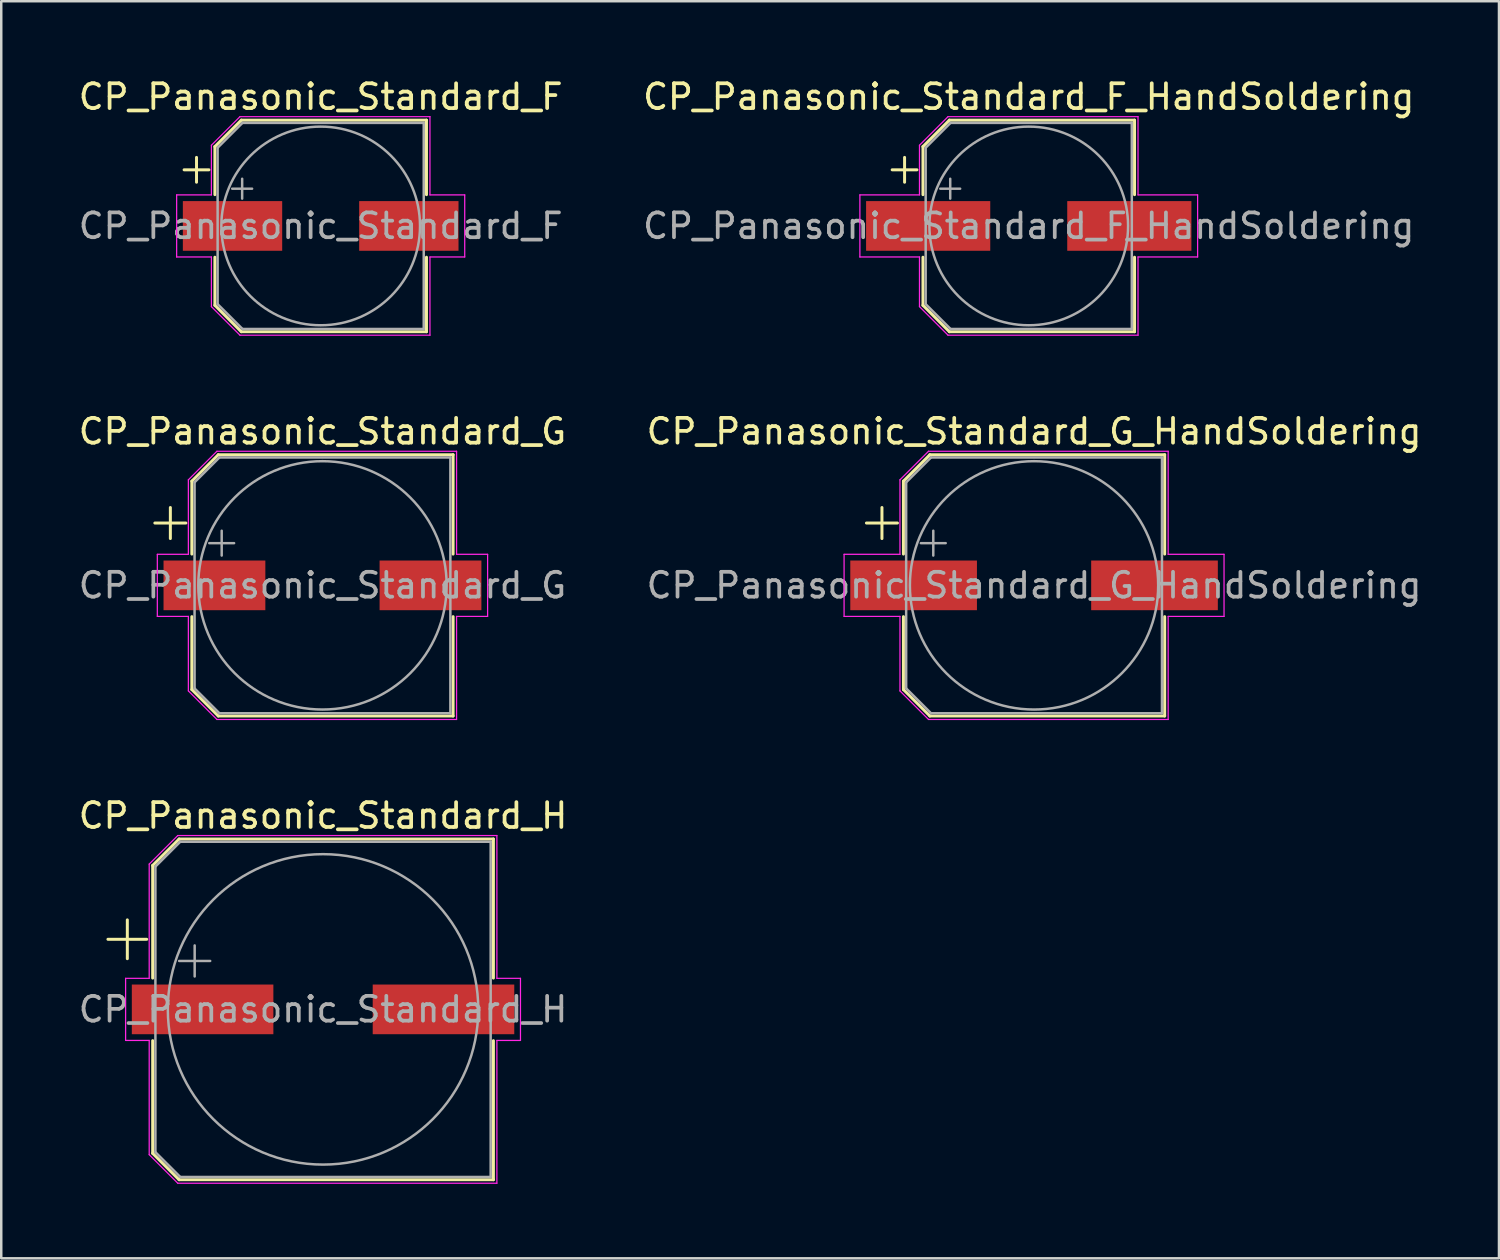
<source format=kicad_pcb>
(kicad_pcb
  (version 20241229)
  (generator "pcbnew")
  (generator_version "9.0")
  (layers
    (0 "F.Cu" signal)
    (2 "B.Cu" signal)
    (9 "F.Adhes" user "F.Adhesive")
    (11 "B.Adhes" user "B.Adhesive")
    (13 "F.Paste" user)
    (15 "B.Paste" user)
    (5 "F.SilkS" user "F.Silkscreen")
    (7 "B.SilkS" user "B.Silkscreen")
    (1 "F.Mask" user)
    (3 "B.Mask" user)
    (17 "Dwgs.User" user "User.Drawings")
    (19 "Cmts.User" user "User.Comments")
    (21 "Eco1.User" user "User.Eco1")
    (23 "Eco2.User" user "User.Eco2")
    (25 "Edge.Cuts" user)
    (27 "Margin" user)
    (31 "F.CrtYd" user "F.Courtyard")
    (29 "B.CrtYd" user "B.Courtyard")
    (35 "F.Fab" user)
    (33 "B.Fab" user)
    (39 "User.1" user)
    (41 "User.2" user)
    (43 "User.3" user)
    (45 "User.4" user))
  (footprint "CP_Panasonic_Standard_G"
    (layer "F.Cu")
    (at 9.935 20.521)
    (property "Reference" "CP_Panasonic_Standard_G" (at 0 -6.2 0) (layer "F.SilkS") (effects (font (size 1 1) (thickness 0.15))))
    (attr smd)
    (fp_line (start -6.75 -2.51) (end -5.5 -2.51) (stroke (width 0.12) (type solid)) (layer "F.SilkS"))
    (fp_line (start -6.125 -3.135) (end -6.125 -1.885) (stroke (width 0.12) (type solid)) (layer "F.SilkS"))
    (fp_line (start -5.26 -4.196) (end -5.26 -1.26) (stroke (width 0.12) (type solid)) (layer "F.SilkS"))
    (fp_line (start -5.26 -4.196) (end -4.196 -5.26) (stroke (width 0.12) (type solid)) (layer "F.SilkS"))
    (fp_line (start -5.26 4.196) (end -5.26 1.26) (stroke (width 0.12) (type solid)) (layer "F.SilkS"))
    (fp_line (start -5.26 4.196) (end -4.196 5.26) (stroke (width 0.12) (type solid)) (layer "F.SilkS"))
    (fp_line (start -4.196 -5.26) (end 5.26 -5.26) (stroke (width 0.12) (type solid)) (layer "F.SilkS"))
    (fp_line (start -4.196 5.26) (end 5.26 5.26) (stroke (width 0.12) (type solid)) (layer "F.SilkS"))
    (fp_line (start 5.26 -5.26) (end 5.26 -1.26) (stroke (width 0.12) (type solid)) (layer "F.SilkS"))
    (fp_line (start 5.26 5.26) (end 5.26 1.26) (stroke (width 0.12) (type solid)) (layer "F.SilkS"))
    (fp_line (start -6.65 -1.25) (end -6.65 1.25) (stroke (width 0.05) (type solid)) (layer "F.CrtYd"))
    (fp_line (start -6.65 1.25) (end -5.4 1.25) (stroke (width 0.05) (type solid)) (layer "F.CrtYd"))
    (fp_line (start -5.4 -4.25) (end -5.4 -1.25) (stroke (width 0.05) (type solid)) (layer "F.CrtYd"))
    (fp_line (start -5.4 -4.25) (end -4.25 -5.4) (stroke (width 0.05) (type solid)) (layer "F.CrtYd"))
    (fp_line (start -5.4 -1.25) (end -6.65 -1.25) (stroke (width 0.05) (type solid)) (layer "F.CrtYd"))
    (fp_line (start -5.4 1.25) (end -5.4 4.25) (stroke (width 0.05) (type solid)) (layer "F.CrtYd"))
    (fp_line (start -5.4 4.25) (end -4.25 5.4) (stroke (width 0.05) (type solid)) (layer "F.CrtYd"))
    (fp_line (start -4.25 -5.4) (end 5.4 -5.4) (stroke (width 0.05) (type solid)) (layer "F.CrtYd"))
    (fp_line (start -4.25 5.4) (end 5.4 5.4) (stroke (width 0.05) (type solid)) (layer "F.CrtYd"))
    (fp_line (start 5.4 -5.4) (end 5.4 -1.25) (stroke (width 0.05) (type solid)) (layer "F.CrtYd"))
    (fp_line (start 5.4 -1.25) (end 6.65 -1.25) (stroke (width 0.05) (type solid)) (layer "F.CrtYd"))
    (fp_line (start 5.4 1.25) (end 5.4 5.4) (stroke (width 0.05) (type solid)) (layer "F.CrtYd"))
    (fp_line (start 6.65 -1.25) (end 6.65 1.25) (stroke (width 0.05) (type solid)) (layer "F.CrtYd"))
    (fp_line (start 6.65 1.25) (end 5.4 1.25) (stroke (width 0.05) (type solid)) (layer "F.CrtYd"))
    (fp_line (start -5.15 -4.15) (end -5.15 4.15) (stroke (width 0.1) (type solid)) (layer "F.Fab"))
    (fp_line (start -5.15 -4.15) (end -4.15 -5.15) (stroke (width 0.1) (type solid)) (layer "F.Fab"))
    (fp_line (start -5.15 4.15) (end -4.15 5.15) (stroke (width 0.1) (type solid)) (layer "F.Fab"))
    (fp_line (start -4.558 -1.7) (end -3.558 -1.7) (stroke (width 0.1) (type solid)) (layer "F.Fab"))
    (fp_line (start -4.15 -5.15) (end 5.15 -5.15) (stroke (width 0.1) (type solid)) (layer "F.Fab"))
    (fp_line (start -4.15 5.15) (end 5.15 5.15) (stroke (width 0.1) (type solid)) (layer "F.Fab"))
    (fp_line (start -4.058 -2.2) (end -4.058 -1.2) (stroke (width 0.1) (type solid)) (layer "F.Fab"))
    (fp_line (start 5.15 -5.15) (end 5.15 5.15) (stroke (width 0.1) (type solid)) (layer "F.Fab"))
    (fp_circle (center 0 0) (end 5 0) (stroke (width 0.1) (type solid)) (fill no) (layer "F.Fab"))
    (fp_text user "${REFERENCE}" (at 0 0 0) (layer "F.Fab") (effects (font (size 1 1) (thickness 0.15))))
    (pad "1" smd rect (at -4.35 0) (size 4.1 2) (layers "F.Cu" "F.Mask" "F.Paste"))
    (pad "2" smd rect (at 4.35 0) (size 4.1 2) (layers "F.Cu" "F.Mask" "F.Paste")))
  (footprint "CP_Panasonic_Standard_F_HandSoldering"
    (layer "F.Cu")
    (at 38.375 6.048)
    (property "Reference" "CP_Panasonic_Standard_F_HandSoldering" (at 0 -5.2 0) (layer "F.SilkS") (effects (font (size 1 1) (thickness 0.15))))
    (attr smd)
    (fp_line (start -5.5 -2.26) (end -4.5 -2.26) (stroke (width 0.12) (type solid)) (layer "F.SilkS"))
    (fp_line (start -5 -2.76) (end -5 -1.76) (stroke (width 0.12) (type solid)) (layer "F.SilkS"))
    (fp_line (start -4.26 -3.196) (end -4.26 -1.26) (stroke (width 0.12) (type solid)) (layer "F.SilkS"))
    (fp_line (start -4.26 -3.196) (end -3.196 -4.26) (stroke (width 0.12) (type solid)) (layer "F.SilkS"))
    (fp_line (start -4.26 3.196) (end -4.26 1.26) (stroke (width 0.12) (type solid)) (layer "F.SilkS"))
    (fp_line (start -4.26 3.196) (end -3.196 4.26) (stroke (width 0.12) (type solid)) (layer "F.SilkS"))
    (fp_line (start -3.196 -4.26) (end 4.26 -4.26) (stroke (width 0.12) (type solid)) (layer "F.SilkS"))
    (fp_line (start -3.196 4.26) (end 4.26 4.26) (stroke (width 0.12) (type solid)) (layer "F.SilkS"))
    (fp_line (start 4.26 -4.26) (end 4.26 -1.26) (stroke (width 0.12) (type solid)) (layer "F.SilkS"))
    (fp_line (start 4.26 4.26) (end 4.26 1.26) (stroke (width 0.12) (type solid)) (layer "F.SilkS"))
    (fp_line (start -6.8 -1.25) (end -6.8 1.25) (stroke (width 0.05) (type solid)) (layer "F.CrtYd"))
    (fp_line (start -6.8 1.25) (end -4.4 1.25) (stroke (width 0.05) (type solid)) (layer "F.CrtYd"))
    (fp_line (start -4.4 -3.25) (end -4.4 -1.25) (stroke (width 0.05) (type solid)) (layer "F.CrtYd"))
    (fp_line (start -4.4 -3.25) (end -3.25 -4.4) (stroke (width 0.05) (type solid)) (layer "F.CrtYd"))
    (fp_line (start -4.4 -1.25) (end -6.8 -1.25) (stroke (width 0.05) (type solid)) (layer "F.CrtYd"))
    (fp_line (start -4.4 1.25) (end -4.4 3.25) (stroke (width 0.05) (type solid)) (layer "F.CrtYd"))
    (fp_line (start -4.4 3.25) (end -3.25 4.4) (stroke (width 0.05) (type solid)) (layer "F.CrtYd"))
    (fp_line (start -3.25 -4.4) (end 4.4 -4.4) (stroke (width 0.05) (type solid)) (layer "F.CrtYd"))
    (fp_line (start -3.25 4.4) (end 4.4 4.4) (stroke (width 0.05) (type solid)) (layer "F.CrtYd"))
    (fp_line (start 4.4 -4.4) (end 4.4 -1.25) (stroke (width 0.05) (type solid)) (layer "F.CrtYd"))
    (fp_line (start 4.4 -1.25) (end 6.8 -1.25) (stroke (width 0.05) (type solid)) (layer "F.CrtYd"))
    (fp_line (start 4.4 1.25) (end 4.4 4.4) (stroke (width 0.05) (type solid)) (layer "F.CrtYd"))
    (fp_line (start 6.8 -1.25) (end 6.8 1.25) (stroke (width 0.05) (type solid)) (layer "F.CrtYd"))
    (fp_line (start 6.8 1.25) (end 4.4 1.25) (stroke (width 0.05) (type solid)) (layer "F.CrtYd"))
    (fp_line (start -4.15 -3.15) (end -4.15 3.15) (stroke (width 0.1) (type solid)) (layer "F.Fab"))
    (fp_line (start -4.15 -3.15) (end -3.15 -4.15) (stroke (width 0.1) (type solid)) (layer "F.Fab"))
    (fp_line (start -4.15 3.15) (end -3.15 4.15) (stroke (width 0.1) (type solid)) (layer "F.Fab"))
    (fp_line (start -3.562 -1.5) (end -2.762 -1.5) (stroke (width 0.1) (type solid)) (layer "F.Fab"))
    (fp_line (start -3.162 -1.9) (end -3.162 -1.1) (stroke (width 0.1) (type solid)) (layer "F.Fab"))
    (fp_line (start -3.15 -4.15) (end 4.15 -4.15) (stroke (width 0.1) (type solid)) (layer "F.Fab"))
    (fp_line (start -3.15 4.15) (end 4.15 4.15) (stroke (width 0.1) (type solid)) (layer "F.Fab"))
    (fp_line (start 4.15 -4.15) (end 4.15 4.15) (stroke (width 0.1) (type solid)) (layer "F.Fab"))
    (fp_circle (center 0 0) (end 4 0) (stroke (width 0.1) (type solid)) (fill no) (layer "F.Fab"))
    (fp_text user "${REFERENCE}" (at 0 0 0) (layer "F.Fab") (effects (font (size 1 1) (thickness 0.15))))
    (pad "1" smd rect (at -4.05 0) (size 5 2) (layers "F.Cu" "F.Mask" "F.Paste"))
    (pad "2" smd rect (at 4.05 0) (size 5 2) (layers "F.Cu" "F.Mask" "F.Paste")))
  (footprint "CP_Panasonic_Standard_H"
    (layer "F.Cu")
    (at 9.958 37.595)
    (property "Reference" "CP_Panasonic_Standard_H" (at 0 -7.8 0) (layer "F.SilkS") (effects (font (size 1 1) (thickness 0.15))))
    (attr smd)
    (fp_line (start -8.662 -2.822) (end -7.1 -2.822) (stroke (width 0.12) (type solid)) (layer "F.SilkS"))
    (fp_line (start -7.881 -3.604) (end -7.881 -2.041) (stroke (width 0.12) (type solid)) (layer "F.SilkS"))
    (fp_line (start -6.86 -5.796) (end -6.86 -1.26) (stroke (width 0.12) (type solid)) (layer "F.SilkS"))
    (fp_line (start -6.86 -5.796) (end -5.796 -6.86) (stroke (width 0.12) (type solid)) (layer "F.SilkS"))
    (fp_line (start -6.86 5.796) (end -6.86 1.26) (stroke (width 0.12) (type solid)) (layer "F.SilkS"))
    (fp_line (start -6.86 5.796) (end -5.796 6.86) (stroke (width 0.12) (type solid)) (layer "F.SilkS"))
    (fp_line (start -5.796 -6.86) (end 6.86 -6.86) (stroke (width 0.12) (type solid)) (layer "F.SilkS"))
    (fp_line (start -5.796 6.86) (end 6.86 6.86) (stroke (width 0.12) (type solid)) (layer "F.SilkS"))
    (fp_line (start 6.86 -6.86) (end 6.86 -1.26) (stroke (width 0.12) (type solid)) (layer "F.SilkS"))
    (fp_line (start 6.86 6.86) (end 6.86 1.26) (stroke (width 0.12) (type solid)) (layer "F.SilkS"))
    (fp_line (start -7.95 -1.25) (end -7.95 1.25) (stroke (width 0.05) (type solid)) (layer "F.CrtYd"))
    (fp_line (start -7.95 1.25) (end -7 1.25) (stroke (width 0.05) (type solid)) (layer "F.CrtYd"))
    (fp_line (start -7 -5.85) (end -7 -1.25) (stroke (width 0.05) (type solid)) (layer "F.CrtYd"))
    (fp_line (start -7 -5.85) (end -5.85 -7) (stroke (width 0.05) (type solid)) (layer "F.CrtYd"))
    (fp_line (start -7 -1.25) (end -7.95 -1.25) (stroke (width 0.05) (type solid)) (layer "F.CrtYd"))
    (fp_line (start -7 1.25) (end -7 5.85) (stroke (width 0.05) (type solid)) (layer "F.CrtYd"))
    (fp_line (start -7 5.85) (end -5.85 7) (stroke (width 0.05) (type solid)) (layer "F.CrtYd"))
    (fp_line (start -5.85 -7) (end 7 -7) (stroke (width 0.05) (type solid)) (layer "F.CrtYd"))
    (fp_line (start -5.85 7) (end 7 7) (stroke (width 0.05) (type solid)) (layer "F.CrtYd"))
    (fp_line (start 7 -7) (end 7 -1.25) (stroke (width 0.05) (type solid)) (layer "F.CrtYd"))
    (fp_line (start 7 -1.25) (end 7.95 -1.25) (stroke (width 0.05) (type solid)) (layer "F.CrtYd"))
    (fp_line (start 7 1.25) (end 7 7) (stroke (width 0.05) (type solid)) (layer "F.CrtYd"))
    (fp_line (start 7.95 -1.25) (end 7.95 1.25) (stroke (width 0.05) (type solid)) (layer "F.CrtYd"))
    (fp_line (start 7.95 1.25) (end 7 1.25) (stroke (width 0.05) (type solid)) (layer "F.CrtYd"))
    (fp_line (start -6.75 -5.75) (end -6.75 5.75) (stroke (width 0.1) (type solid)) (layer "F.Fab"))
    (fp_line (start -6.75 -5.75) (end -5.75 -6.75) (stroke (width 0.1) (type solid)) (layer "F.Fab"))
    (fp_line (start -6.75 5.75) (end -5.75 6.75) (stroke (width 0.1) (type solid)) (layer "F.Fab"))
    (fp_line (start -5.794 -1.95) (end -4.544 -1.95) (stroke (width 0.1) (type solid)) (layer "F.Fab"))
    (fp_line (start -5.75 -6.75) (end 6.75 -6.75) (stroke (width 0.1) (type solid)) (layer "F.Fab"))
    (fp_line (start -5.75 6.75) (end 6.75 6.75) (stroke (width 0.1) (type solid)) (layer "F.Fab"))
    (fp_line (start -5.169 -2.575) (end -5.169 -1.325) (stroke (width 0.1) (type solid)) (layer "F.Fab"))
    (fp_line (start 6.75 -6.75) (end 6.75 6.75) (stroke (width 0.1) (type solid)) (layer "F.Fab"))
    (fp_circle (center 0 0) (end 6.25 0) (stroke (width 0.1) (type solid)) (fill no) (layer "F.Fab"))
    (fp_text user "${REFERENCE}" (at 0 0 0) (layer "F.Fab") (effects (font (size 1 1) (thickness 0.15))))
    (pad "1" smd rect (at -4.85 0) (size 5.7 2) (layers "F.Cu" "F.Mask" "F.Paste"))
    (pad "2" smd rect (at 4.85 0) (size 5.7 2) (layers "F.Cu" "F.Mask" "F.Paste")))
  (footprint "CP_Panasonic_Standard_F"
    (layer "F.Cu")
    (at 9.863 6.048)
    (property "Reference" "CP_Panasonic_Standard_F" (at 0 -5.2 0) (layer "F.SilkS") (effects (font (size 1 1) (thickness 0.15))))
    (attr smd)
    (fp_line (start -5.5 -2.26) (end -4.5 -2.26) (stroke (width 0.12) (type solid)) (layer "F.SilkS"))
    (fp_line (start -5 -2.76) (end -5 -1.76) (stroke (width 0.12) (type solid)) (layer "F.SilkS"))
    (fp_line (start -4.26 -3.196) (end -4.26 -1.26) (stroke (width 0.12) (type solid)) (layer "F.SilkS"))
    (fp_line (start -4.26 -3.196) (end -3.196 -4.26) (stroke (width 0.12) (type solid)) (layer "F.SilkS"))
    (fp_line (start -4.26 3.196) (end -4.26 1.26) (stroke (width 0.12) (type solid)) (layer "F.SilkS"))
    (fp_line (start -4.26 3.196) (end -3.196 4.26) (stroke (width 0.12) (type solid)) (layer "F.SilkS"))
    (fp_line (start -3.196 -4.26) (end 4.26 -4.26) (stroke (width 0.12) (type solid)) (layer "F.SilkS"))
    (fp_line (start -3.196 4.26) (end 4.26 4.26) (stroke (width 0.12) (type solid)) (layer "F.SilkS"))
    (fp_line (start 4.26 -4.26) (end 4.26 -1.26) (stroke (width 0.12) (type solid)) (layer "F.SilkS"))
    (fp_line (start 4.26 4.26) (end 4.26 1.26) (stroke (width 0.12) (type solid)) (layer "F.SilkS"))
    (fp_line (start -5.8 -1.25) (end -5.8 1.25) (stroke (width 0.05) (type solid)) (layer "F.CrtYd"))
    (fp_line (start -5.8 1.25) (end -4.4 1.25) (stroke (width 0.05) (type solid)) (layer "F.CrtYd"))
    (fp_line (start -4.4 -3.25) (end -4.4 -1.25) (stroke (width 0.05) (type solid)) (layer "F.CrtYd"))
    (fp_line (start -4.4 -3.25) (end -3.25 -4.4) (stroke (width 0.05) (type solid)) (layer "F.CrtYd"))
    (fp_line (start -4.4 -1.25) (end -5.8 -1.25) (stroke (width 0.05) (type solid)) (layer "F.CrtYd"))
    (fp_line (start -4.4 1.25) (end -4.4 3.25) (stroke (width 0.05) (type solid)) (layer "F.CrtYd"))
    (fp_line (start -4.4 3.25) (end -3.25 4.4) (stroke (width 0.05) (type solid)) (layer "F.CrtYd"))
    (fp_line (start -3.25 -4.4) (end 4.4 -4.4) (stroke (width 0.05) (type solid)) (layer "F.CrtYd"))
    (fp_line (start -3.25 4.4) (end 4.4 4.4) (stroke (width 0.05) (type solid)) (layer "F.CrtYd"))
    (fp_line (start 4.4 -4.4) (end 4.4 -1.25) (stroke (width 0.05) (type solid)) (layer "F.CrtYd"))
    (fp_line (start 4.4 -1.25) (end 5.8 -1.25) (stroke (width 0.05) (type solid)) (layer "F.CrtYd"))
    (fp_line (start 4.4 1.25) (end 4.4 4.4) (stroke (width 0.05) (type solid)) (layer "F.CrtYd"))
    (fp_line (start 5.8 -1.25) (end 5.8 1.25) (stroke (width 0.05) (type solid)) (layer "F.CrtYd"))
    (fp_line (start 5.8 1.25) (end 4.4 1.25) (stroke (width 0.05) (type solid)) (layer "F.CrtYd"))
    (fp_line (start -4.15 -3.15) (end -4.15 3.15) (stroke (width 0.1) (type solid)) (layer "F.Fab"))
    (fp_line (start -4.15 -3.15) (end -3.15 -4.15) (stroke (width 0.1) (type solid)) (layer "F.Fab"))
    (fp_line (start -4.15 3.15) (end -3.15 4.15) (stroke (width 0.1) (type solid)) (layer "F.Fab"))
    (fp_line (start -3.562 -1.5) (end -2.762 -1.5) (stroke (width 0.1) (type solid)) (layer "F.Fab"))
    (fp_line (start -3.162 -1.9) (end -3.162 -1.1) (stroke (width 0.1) (type solid)) (layer "F.Fab"))
    (fp_line (start -3.15 -4.15) (end 4.15 -4.15) (stroke (width 0.1) (type solid)) (layer "F.Fab"))
    (fp_line (start -3.15 4.15) (end 4.15 4.15) (stroke (width 0.1) (type solid)) (layer "F.Fab"))
    (fp_line (start 4.15 -4.15) (end 4.15 4.15) (stroke (width 0.1) (type solid)) (layer "F.Fab"))
    (fp_circle (center 0 0) (end 4 0) (stroke (width 0.1) (type solid)) (fill no) (layer "F.Fab"))
    (fp_text user "${REFERENCE}" (at 0 0 0) (layer "F.Fab") (effects (font (size 1 1) (thickness 0.15))))
    (pad "1" smd rect (at -3.55 0) (size 4 2) (layers "F.Cu" "F.Mask" "F.Paste"))
    (pad "2" smd rect (at 3.55 0) (size 4 2) (layers "F.Cu" "F.Mask" "F.Paste")))
  (footprint "CP_Panasonic_Standard_G_HandSoldering"
    (layer "F.Cu")
    (at 38.589 20.521)
    (property "Reference" "CP_Panasonic_Standard_G_HandSoldering" (at 0 -6.2 0) (layer "F.SilkS") (effects (font (size 1 1) (thickness 0.15))))
    (attr smd)
    (fp_line (start -6.75 -2.51) (end -5.5 -2.51) (stroke (width 0.12) (type solid)) (layer "F.SilkS"))
    (fp_line (start -6.125 -3.135) (end -6.125 -1.885) (stroke (width 0.12) (type solid)) (layer "F.SilkS"))
    (fp_line (start -5.26 -4.196) (end -5.26 -1.26) (stroke (width 0.12) (type solid)) (layer "F.SilkS"))
    (fp_line (start -5.26 -4.196) (end -4.196 -5.26) (stroke (width 0.12) (type solid)) (layer "F.SilkS"))
    (fp_line (start -5.26 4.196) (end -5.26 1.26) (stroke (width 0.12) (type solid)) (layer "F.SilkS"))
    (fp_line (start -5.26 4.196) (end -4.196 5.26) (stroke (width 0.12) (type solid)) (layer "F.SilkS"))
    (fp_line (start -4.196 -5.26) (end 5.26 -5.26) (stroke (width 0.12) (type solid)) (layer "F.SilkS"))
    (fp_line (start -4.196 5.26) (end 5.26 5.26) (stroke (width 0.12) (type solid)) (layer "F.SilkS"))
    (fp_line (start 5.26 -5.26) (end 5.26 -1.26) (stroke (width 0.12) (type solid)) (layer "F.SilkS"))
    (fp_line (start 5.26 5.26) (end 5.26 1.26) (stroke (width 0.12) (type solid)) (layer "F.SilkS"))
    (fp_line (start -7.65 -1.25) (end -7.65 1.25) (stroke (width 0.05) (type solid)) (layer "F.CrtYd"))
    (fp_line (start -7.65 1.25) (end -5.4 1.25) (stroke (width 0.05) (type solid)) (layer "F.CrtYd"))
    (fp_line (start -5.4 -4.25) (end -5.4 -1.25) (stroke (width 0.05) (type solid)) (layer "F.CrtYd"))
    (fp_line (start -5.4 -4.25) (end -4.25 -5.4) (stroke (width 0.05) (type solid)) (layer "F.CrtYd"))
    (fp_line (start -5.4 -1.25) (end -7.65 -1.25) (stroke (width 0.05) (type solid)) (layer "F.CrtYd"))
    (fp_line (start -5.4 1.25) (end -5.4 4.25) (stroke (width 0.05) (type solid)) (layer "F.CrtYd"))
    (fp_line (start -5.4 4.25) (end -4.25 5.4) (stroke (width 0.05) (type solid)) (layer "F.CrtYd"))
    (fp_line (start -4.25 -5.4) (end 5.4 -5.4) (stroke (width 0.05) (type solid)) (layer "F.CrtYd"))
    (fp_line (start -4.25 5.4) (end 5.4 5.4) (stroke (width 0.05) (type solid)) (layer "F.CrtYd"))
    (fp_line (start 5.4 -5.4) (end 5.4 -1.25) (stroke (width 0.05) (type solid)) (layer "F.CrtYd"))
    (fp_line (start 5.4 -1.25) (end 7.65 -1.25) (stroke (width 0.05) (type solid)) (layer "F.CrtYd"))
    (fp_line (start 5.4 1.25) (end 5.4 5.4) (stroke (width 0.05) (type solid)) (layer "F.CrtYd"))
    (fp_line (start 7.65 -1.25) (end 7.65 1.25) (stroke (width 0.05) (type solid)) (layer "F.CrtYd"))
    (fp_line (start 7.65 1.25) (end 5.4 1.25) (stroke (width 0.05) (type solid)) (layer "F.CrtYd"))
    (fp_line (start -5.15 -4.15) (end -5.15 4.15) (stroke (width 0.1) (type solid)) (layer "F.Fab"))
    (fp_line (start -5.15 -4.15) (end -4.15 -5.15) (stroke (width 0.1) (type solid)) (layer "F.Fab"))
    (fp_line (start -5.15 4.15) (end -4.15 5.15) (stroke (width 0.1) (type solid)) (layer "F.Fab"))
    (fp_line (start -4.558 -1.7) (end -3.558 -1.7) (stroke (width 0.1) (type solid)) (layer "F.Fab"))
    (fp_line (start -4.15 -5.15) (end 5.15 -5.15) (stroke (width 0.1) (type solid)) (layer "F.Fab"))
    (fp_line (start -4.15 5.15) (end 5.15 5.15) (stroke (width 0.1) (type solid)) (layer "F.Fab"))
    (fp_line (start -4.058 -2.2) (end -4.058 -1.2) (stroke (width 0.1) (type solid)) (layer "F.Fab"))
    (fp_line (start 5.15 -5.15) (end 5.15 5.15) (stroke (width 0.1) (type solid)) (layer "F.Fab"))
    (fp_circle (center 0 0) (end 5 0) (stroke (width 0.1) (type solid)) (fill no) (layer "F.Fab"))
    (fp_text user "${REFERENCE}" (at 0 0 0) (layer "F.Fab") (effects (font (size 1 1) (thickness 0.15))))
    (pad "1" smd rect (at -4.85 0) (size 5.1 2) (layers "F.Cu" "F.Mask" "F.Paste"))
    (pad "2" smd rect (at 4.85 0) (size 5.1 2) (layers "F.Cu" "F.Mask" "F.Paste")))
  (gr_rect
    (start -3 -3)
    (end 57.31 47.62)
    (stroke (width 0.1) (type default))
    (fill no)
    (layer "Edge.Cuts")))
</source>
